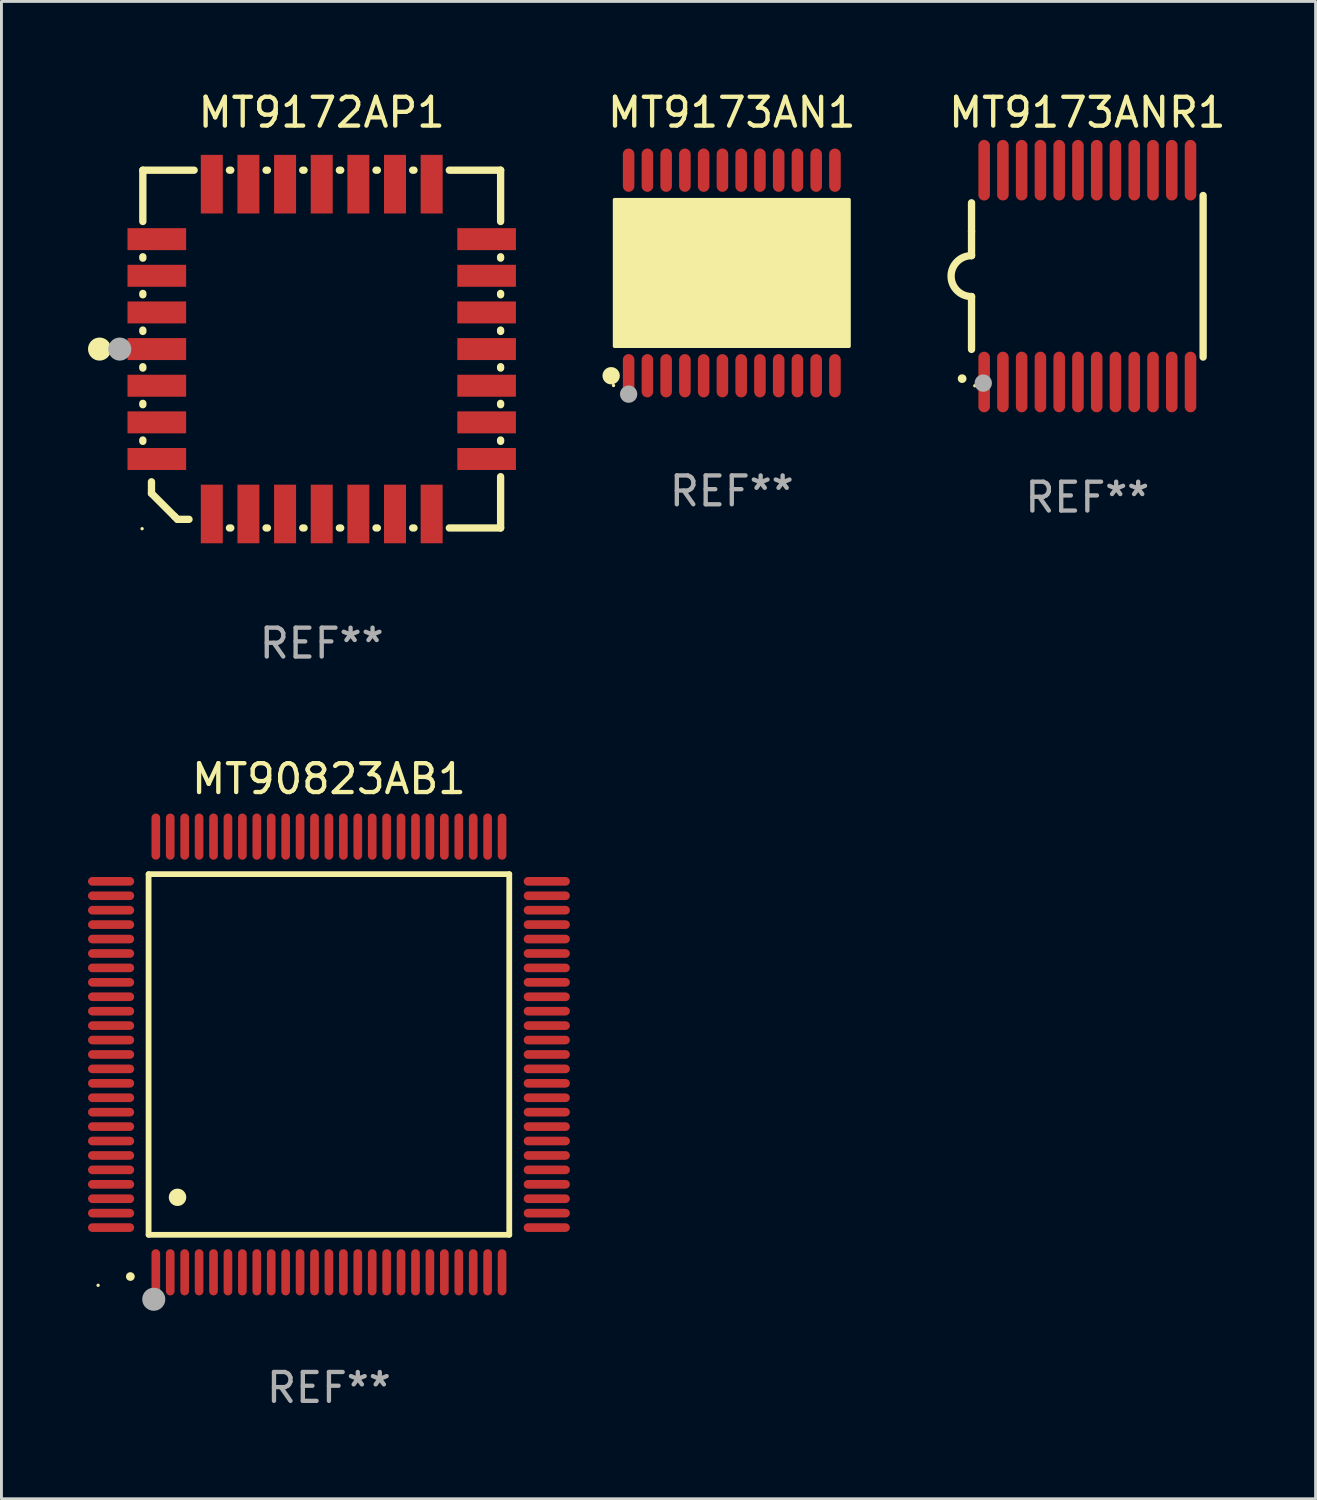
<source format=kicad_pcb>
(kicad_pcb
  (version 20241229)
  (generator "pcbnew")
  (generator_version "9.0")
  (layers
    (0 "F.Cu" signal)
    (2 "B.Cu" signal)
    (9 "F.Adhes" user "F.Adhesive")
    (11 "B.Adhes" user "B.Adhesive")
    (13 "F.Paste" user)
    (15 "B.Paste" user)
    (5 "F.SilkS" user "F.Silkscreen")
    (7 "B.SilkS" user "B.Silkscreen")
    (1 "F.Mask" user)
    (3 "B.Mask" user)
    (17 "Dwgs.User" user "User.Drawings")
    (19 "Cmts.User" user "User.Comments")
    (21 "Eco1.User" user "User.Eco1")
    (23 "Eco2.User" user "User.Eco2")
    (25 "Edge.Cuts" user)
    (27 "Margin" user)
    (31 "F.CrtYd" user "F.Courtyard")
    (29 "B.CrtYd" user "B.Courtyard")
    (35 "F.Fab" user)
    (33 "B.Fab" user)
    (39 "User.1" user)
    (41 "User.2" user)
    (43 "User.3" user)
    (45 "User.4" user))
  (footprint "MT9173AN1"
    (layer "F.Cu")
    (at 22.312 6.41)
    (property "Reference" "MT9173AN1" (at 0 -5.562 0) (layer "F.SilkS") (effects (font (size 1 1) (thickness 0.15))))
    (attr through_hole)
    (fp_circle (center -4.181 3.562) (end -4.031 3.562) (stroke (width 0.3) (type solid)) (fill no) (layer "F.SilkS"))
    (fp_circle (center -4.1 3.9) (end -4.07 3.9) (stroke (width 0.06) (type solid)) (fill no) (layer "F.SilkS"))
    (fp_circle (center -3.575 1.819) (end -3.425 1.819) (stroke (width 0.3) (type solid)) (fill no) (layer "F.SilkS"))
    (fp_poly (pts (xy -4.064 -2.54) (xy 4.064 -2.54) (xy 4.064 2.54) (xy -4.064 2.54)) (stroke (width 0.12) (type solid)) (fill yes) (layer "F.SilkS"))
    (fp_circle (center -3.575 4.2) (end -3.425 4.2) (stroke (width 0.3) (type solid)) (fill no) (layer "F.Fab"))
    (fp_text user "REF**" (at 0 7.562 0) (layer "F.Fab") (effects (font (size 1 1) (thickness 0.15))))
    (pad "1" smd oval (at -3.575 3.562) (size 0.4 1.5) (layers "F.Cu" "F.Mask" "F.Paste"))
    (pad "2" smd oval (at -2.925 3.562) (size 0.4 1.5) (layers "F.Cu" "F.Mask" "F.Paste"))
    (pad "3" smd oval (at -2.275 3.562) (size 0.4 1.5) (layers "F.Cu" "F.Mask" "F.Paste"))
    (pad "4" smd oval (at -1.625 3.562) (size 0.4 1.5) (layers "F.Cu" "F.Mask" "F.Paste"))
    (pad "5" smd oval (at -0.975 3.562) (size 0.4 1.5) (layers "F.Cu" "F.Mask" "F.Paste"))
    (pad "6" smd oval (at -0.325 3.562) (size 0.4 1.5) (layers "F.Cu" "F.Mask" "F.Paste"))
    (pad "7" smd oval (at 0.325 3.562) (size 0.4 1.5) (layers "F.Cu" "F.Mask" "F.Paste"))
    (pad "8" smd oval (at 0.975 3.562) (size 0.4 1.5) (layers "F.Cu" "F.Mask" "F.Paste"))
    (pad "9" smd oval (at 1.625 3.562) (size 0.4 1.5) (layers "F.Cu" "F.Mask" "F.Paste"))
    (pad "10" smd oval (at 2.275 3.562) (size 0.4 1.5) (layers "F.Cu" "F.Mask" "F.Paste"))
    (pad "11" smd oval (at 2.925 3.562) (size 0.4 1.5) (layers "F.Cu" "F.Mask" "F.Paste"))
    (pad "12" smd oval (at 3.575 3.562) (size 0.4 1.5) (layers "F.Cu" "F.Mask" "F.Paste"))
    (pad "13" smd oval (at 3.575 -3.562) (size 0.4 1.5) (layers "F.Cu" "F.Mask" "F.Paste"))
    (pad "14" smd oval (at 2.925 -3.562) (size 0.4 1.5) (layers "F.Cu" "F.Mask" "F.Paste"))
    (pad "15" smd oval (at 2.275 -3.562) (size 0.4 1.5) (layers "F.Cu" "F.Mask" "F.Paste"))
    (pad "16" smd oval (at 1.625 -3.562) (size 0.4 1.5) (layers "F.Cu" "F.Mask" "F.Paste"))
    (pad "17" smd oval (at 0.975 -3.562) (size 0.4 1.5) (layers "F.Cu" "F.Mask" "F.Paste"))
    (pad "18" smd oval (at 0.325 -3.562) (size 0.4 1.5) (layers "F.Cu" "F.Mask" "F.Paste"))
    (pad "19" smd oval (at -0.325 -3.562) (size 0.4 1.5) (layers "F.Cu" "F.Mask" "F.Paste"))
    (pad "20" smd oval (at -0.975 -3.562) (size 0.4 1.5) (layers "F.Cu" "F.Mask" "F.Paste"))
    (pad "21" smd oval (at -1.625 -3.562) (size 0.4 1.5) (layers "F.Cu" "F.Mask" "F.Paste"))
    (pad "22" smd oval (at -2.275 -3.562) (size 0.4 1.5) (layers "F.Cu" "F.Mask" "F.Paste"))
    (pad "23" smd oval (at -2.925 -3.562) (size 0.4 1.5) (layers "F.Cu" "F.Mask" "F.Paste"))
    (pad "24" smd oval (at -3.575 -3.562) (size 0.4 1.5) (layers "F.Cu" "F.Mask" "F.Paste")))
  (footprint "MT9172AP1"
    (layer "F.Cu")
    (at 8.1 9.048)
    (property "Reference" "MT9172AP1" (at 0 -8.2 0) (layer "F.SilkS") (effects (font (size 1 1) (thickness 0.15))))
    (attr through_hole)
    (fp_line (start -6.2 -6.2) (end -4.422 -6.2) (stroke (width 0.254) (type solid)) (layer "F.SilkS"))
    (fp_line (start -6.2 -4.422) (end -6.2 -6.2) (stroke (width 0.254) (type solid)) (layer "F.SilkS"))
    (fp_line (start -6.2 -3.152) (end -6.2 -3.198) (stroke (width 0.254) (type solid)) (layer "F.SilkS"))
    (fp_line (start -6.2 -1.882) (end -6.2 -1.928) (stroke (width 0.254) (type solid)) (layer "F.SilkS"))
    (fp_line (start -6.2 -0.612) (end -6.2 -0.658) (stroke (width 0.254) (type solid)) (layer "F.SilkS"))
    (fp_line (start -6.2 0.658) (end -6.2 0.612) (stroke (width 0.254) (type solid)) (layer "F.SilkS"))
    (fp_line (start -6.2 1.928) (end -6.2 1.882) (stroke (width 0.254) (type solid)) (layer "F.SilkS"))
    (fp_line (start -6.2 3.198) (end -6.2 3.152) (stroke (width 0.254) (type solid)) (layer "F.SilkS"))
    (fp_line (start -5.9 4.6) (end -5.9 5) (stroke (width 0.254) (type solid)) (layer "F.SilkS"))
    (fp_line (start -5.9 5) (end -5.1 5.8) (stroke (width 0.254) (type solid)) (layer "F.SilkS"))
    (fp_line (start -5.1 5.8) (end -5 5.9) (stroke (width 0.254) (type solid)) (layer "F.SilkS"))
    (fp_line (start -5 5.9) (end -4.6 5.9) (stroke (width 0.254) (type solid)) (layer "F.SilkS"))
    (fp_line (start -3.198 -6.2) (end -3.152 -6.2) (stroke (width 0.254) (type solid)) (layer "F.SilkS"))
    (fp_line (start -3.152 6.2) (end -3.198 6.2) (stroke (width 0.254) (type solid)) (layer "F.SilkS"))
    (fp_line (start -1.928 -6.2) (end -1.882 -6.2) (stroke (width 0.254) (type solid)) (layer "F.SilkS"))
    (fp_line (start -1.882 6.2) (end -1.928 6.2) (stroke (width 0.254) (type solid)) (layer "F.SilkS"))
    (fp_line (start -0.658 -6.2) (end -0.612 -6.2) (stroke (width 0.254) (type solid)) (layer "F.SilkS"))
    (fp_line (start -0.612 6.2) (end -0.658 6.2) (stroke (width 0.254) (type solid)) (layer "F.SilkS"))
    (fp_line (start 0.612 -6.2) (end 0.658 -6.2) (stroke (width 0.254) (type solid)) (layer "F.SilkS"))
    (fp_line (start 0.658 6.2) (end 0.612 6.2) (stroke (width 0.254) (type solid)) (layer "F.SilkS"))
    (fp_line (start 1.882 -6.2) (end 1.928 -6.2) (stroke (width 0.254) (type solid)) (layer "F.SilkS"))
    (fp_line (start 1.928 6.2) (end 1.882 6.2) (stroke (width 0.254) (type solid)) (layer "F.SilkS"))
    (fp_line (start 3.152 -6.2) (end 3.198 -6.2) (stroke (width 0.254) (type solid)) (layer "F.SilkS"))
    (fp_line (start 3.198 6.2) (end 3.152 6.2) (stroke (width 0.254) (type solid)) (layer "F.SilkS"))
    (fp_line (start 4.422 -6.2) (end 6.2 -6.2) (stroke (width 0.254) (type solid)) (layer "F.SilkS"))
    (fp_line (start 6.2 -6.2) (end 6.2 -4.422) (stroke (width 0.254) (type solid)) (layer "F.SilkS"))
    (fp_line (start 6.2 -3.198) (end 6.2 -3.152) (stroke (width 0.254) (type solid)) (layer "F.SilkS"))
    (fp_line (start 6.2 -1.928) (end 6.2 -1.882) (stroke (width 0.254) (type solid)) (layer "F.SilkS"))
    (fp_line (start 6.2 -0.658) (end 6.2 -0.612) (stroke (width 0.254) (type solid)) (layer "F.SilkS"))
    (fp_line (start 6.2 0.612) (end 6.2 0.658) (stroke (width 0.254) (type solid)) (layer "F.SilkS"))
    (fp_line (start 6.2 1.882) (end 6.2 1.928) (stroke (width 0.254) (type solid)) (layer "F.SilkS"))
    (fp_line (start 6.2 3.152) (end 6.2 3.198) (stroke (width 0.254) (type solid)) (layer "F.SilkS"))
    (fp_line (start 6.2 4.422) (end 6.2 6.2) (stroke (width 0.254) (type solid)) (layer "F.SilkS"))
    (fp_line (start 6.2 6.2) (end 4.422 6.2) (stroke (width 0.254) (type solid)) (layer "F.SilkS"))
    (fp_circle (center -7.7 0) (end -7.5 0) (stroke (width 0.4) (type solid)) (fill no) (layer "F.SilkS"))
    (fp_circle (center -6.225 6.225) (end -6.195 6.225) (stroke (width 0.06) (type solid)) (fill no) (layer "F.SilkS"))
    (fp_circle (center -7 0) (end -6.8 0) (stroke (width 0.4) (type solid)) (fill no) (layer "F.Fab"))
    (fp_text user "REF**" (at 0 10.2 0) (layer "F.Fab") (effects (font (size 1 1) (thickness 0.15))))
    (pad "1" smd rect (at -5.715 0) (size 2.032 0.762) (layers "F.Cu" "F.Mask" "F.Paste"))
    (pad "2" smd rect (at -5.715 1.27) (size 2.032 0.762) (layers "F.Cu" "F.Mask" "F.Paste"))
    (pad "3" smd rect (at -5.715 2.54) (size 2.032 0.762) (layers "F.Cu" "F.Mask" "F.Paste"))
    (pad "4" smd rect (at -5.715 3.81) (size 2.032 0.762) (layers "F.Cu" "F.Mask" "F.Paste"))
    (pad "5" smd rect (at -3.81 5.715) (size 0.762 2.032) (layers "F.Cu" "F.Mask" "F.Paste"))
    (pad "6" smd rect (at -2.54 5.715) (size 0.762 2.032) (layers "F.Cu" "F.Mask" "F.Paste"))
    (pad "7" smd rect (at -1.27 5.715) (size 0.762 2.032) (layers "F.Cu" "F.Mask" "F.Paste"))
    (pad "8" smd rect (at 0 5.715) (size 0.762 2.032) (layers "F.Cu" "F.Mask" "F.Paste"))
    (pad "9" smd rect (at 1.27 5.715) (size 0.762 2.032) (layers "F.Cu" "F.Mask" "F.Paste"))
    (pad "10" smd rect (at 2.54 5.715) (size 0.762 2.032) (layers "F.Cu" "F.Mask" "F.Paste"))
    (pad "11" smd rect (at 3.81 5.715) (size 0.762 2.032) (layers "F.Cu" "F.Mask" "F.Paste"))
    (pad "12" smd rect (at 5.715 3.81) (size 2.032 0.762) (layers "F.Cu" "F.Mask" "F.Paste"))
    (pad "13" smd rect (at 5.715 2.54) (size 2.032 0.762) (layers "F.Cu" "F.Mask" "F.Paste"))
    (pad "14" smd rect (at 5.715 1.27) (size 2.032 0.762) (layers "F.Cu" "F.Mask" "F.Paste"))
    (pad "15" smd rect (at 5.715 0) (size 2.032 0.762) (layers "F.Cu" "F.Mask" "F.Paste"))
    (pad "16" smd rect (at 5.715 -1.27) (size 2.032 0.762) (layers "F.Cu" "F.Mask" "F.Paste"))
    (pad "17" smd rect (at 5.715 -2.54) (size 2.032 0.762) (layers "F.Cu" "F.Mask" "F.Paste"))
    (pad "18" smd rect (at 5.715 -3.81) (size 2.032 0.762) (layers "F.Cu" "F.Mask" "F.Paste"))
    (pad "19" smd rect (at 3.81 -5.715) (size 0.762 2.032) (layers "F.Cu" "F.Mask" "F.Paste"))
    (pad "20" smd rect (at 2.54 -5.715) (size 0.762 2.032) (layers "F.Cu" "F.Mask" "F.Paste"))
    (pad "21" smd rect (at 1.27 -5.715) (size 0.762 2.032) (layers "F.Cu" "F.Mask" "F.Paste"))
    (pad "22" smd rect (at 0 -5.715) (size 0.762 2.032) (layers "F.Cu" "F.Mask" "F.Paste"))
    (pad "23" smd rect (at -1.27 -5.715) (size 0.762 2.032) (layers "F.Cu" "F.Mask" "F.Paste"))
    (pad "24" smd rect (at -2.54 -5.715) (size 0.762 2.032) (layers "F.Cu" "F.Mask" "F.Paste"))
    (pad "25" smd rect (at -3.81 -5.715) (size 0.762 2.032) (layers "F.Cu" "F.Mask" "F.Paste"))
    (pad "26" smd rect (at -5.715 -3.81) (size 2.032 0.762) (layers "F.Cu" "F.Mask" "F.Paste"))
    (pad "27" smd rect (at -5.715 -2.54) (size 2.032 0.762) (layers "F.Cu" "F.Mask" "F.Paste"))
    (pad "28" smd rect (at -5.715 -1.27) (size 2.032 0.762) (layers "F.Cu" "F.Mask" "F.Paste")))
  (footprint "MT90823AB1"
    (layer "F.Cu")
    (at 8.35 33.495)
    (property "Reference" "MT90823AB1" (at 0 -9.55 0) (layer "F.SilkS") (effects (font (size 1 1) (thickness 0.15))))
    (attr through_hole)
    (fp_line (start -6.25 -6.25) (end -6.25 6.25) (stroke (width 0.2) (type solid)) (layer "F.SilkS"))
    (fp_line (start -6.25 6.25) (end 6.25 6.25) (stroke (width 0.2) (type solid)) (layer "F.SilkS"))
    (fp_line (start 6.25 -6.25) (end -6.25 -6.25) (stroke (width 0.2) (type solid)) (layer "F.SilkS"))
    (fp_line (start 6.25 6.25) (end 6.25 -6.25) (stroke (width 0.2) (type solid)) (layer "F.SilkS"))
    (fp_arc (start -6.883414 7.696215) (mid -6.882144 7.69621) (end -6.880874 7.696215) (stroke (width 0.3) (type solid)) (layer "F.SilkS"))
    (fp_arc (start -5.250191 4.95047) (mid -5.247651 4.950459) (end -5.245111 4.95047) (stroke (width 0.6) (type solid)) (layer "F.SilkS"))
    (fp_circle (center -8 8) (end -7.97 8) (stroke (width 0.06) (type solid)) (fill no) (layer "F.SilkS"))
    (fp_circle (center -6.071 8.484) (end -5.871 8.484) (stroke (width 0.4) (type solid)) (fill no) (layer "F.Fab"))
    (fp_text user "REF**" (at 0 11.55 0) (layer "F.Fab") (effects (font (size 1 1) (thickness 0.15))))
    (pad "1" smd oval (at -6 7.55) (size 0.3 1.6) (layers "F.Cu" "F.Mask" "F.Paste"))
    (pad "2" smd oval (at -5.5 7.55) (size 0.3 1.6) (layers "F.Cu" "F.Mask" "F.Paste"))
    (pad "3" smd oval (at -5 7.55) (size 0.3 1.6) (layers "F.Cu" "F.Mask" "F.Paste"))
    (pad "4" smd oval (at -4.5 7.55) (size 0.3 1.6) (layers "F.Cu" "F.Mask" "F.Paste"))
    (pad "5" smd oval (at -4 7.55) (size 0.3 1.6) (layers "F.Cu" "F.Mask" "F.Paste"))
    (pad "6" smd oval (at -3.5 7.55) (size 0.3 1.6) (layers "F.Cu" "F.Mask" "F.Paste"))
    (pad "7" smd oval (at -3 7.55) (size 0.3 1.6) (layers "F.Cu" "F.Mask" "F.Paste"))
    (pad "8" smd oval (at -2.5 7.55) (size 0.3 1.6) (layers "F.Cu" "F.Mask" "F.Paste"))
    (pad "9" smd oval (at -2 7.55) (size 0.3 1.6) (layers "F.Cu" "F.Mask" "F.Paste"))
    (pad "10" smd oval (at -1.5 7.55) (size 0.3 1.6) (layers "F.Cu" "F.Mask" "F.Paste"))
    (pad "11" smd oval (at -1 7.55) (size 0.3 1.6) (layers "F.Cu" "F.Mask" "F.Paste"))
    (pad "12" smd oval (at -0.5 7.55) (size 0.3 1.6) (layers "F.Cu" "F.Mask" "F.Paste"))
    (pad "13" smd oval (at 0 7.55) (size 0.3 1.6) (layers "F.Cu" "F.Mask" "F.Paste"))
    (pad "14" smd oval (at 0.5 7.55) (size 0.3 1.6) (layers "F.Cu" "F.Mask" "F.Paste"))
    (pad "15" smd oval (at 1 7.55) (size 0.3 1.6) (layers "F.Cu" "F.Mask" "F.Paste"))
    (pad "16" smd oval (at 1.5 7.55) (size 0.3 1.6) (layers "F.Cu" "F.Mask" "F.Paste"))
    (pad "17" smd oval (at 2 7.55) (size 0.3 1.6) (layers "F.Cu" "F.Mask" "F.Paste"))
    (pad "18" smd oval (at 2.5 7.55) (size 0.3 1.6) (layers "F.Cu" "F.Mask" "F.Paste"))
    (pad "19" smd oval (at 3 7.55) (size 0.3 1.6) (layers "F.Cu" "F.Mask" "F.Paste"))
    (pad "20" smd oval (at 3.5 7.55) (size 0.3 1.6) (layers "F.Cu" "F.Mask" "F.Paste"))
    (pad "21" smd oval (at 4 7.55) (size 0.3 1.6) (layers "F.Cu" "F.Mask" "F.Paste"))
    (pad "22" smd oval (at 4.5 7.55) (size 0.3 1.6) (layers "F.Cu" "F.Mask" "F.Paste"))
    (pad "23" smd oval (at 5 7.55) (size 0.3 1.6) (layers "F.Cu" "F.Mask" "F.Paste"))
    (pad "24" smd oval (at 5.5 7.55) (size 0.3 1.6) (layers "F.Cu" "F.Mask" "F.Paste"))
    (pad "25" smd oval (at 6 7.55) (size 0.3 1.6) (layers "F.Cu" "F.Mask" "F.Paste"))
    (pad "26" smd oval (at 7.55 6) (size 1.6 0.3) (layers "F.Cu" "F.Mask" "F.Paste"))
    (pad "27" smd oval (at 7.55 5.5) (size 1.6 0.3) (layers "F.Cu" "F.Mask" "F.Paste"))
    (pad "28" smd oval (at 7.55 5) (size 1.6 0.3) (layers "F.Cu" "F.Mask" "F.Paste"))
    (pad "29" smd oval (at 7.55 4.5) (size 1.6 0.3) (layers "F.Cu" "F.Mask" "F.Paste"))
    (pad "30" smd oval (at 7.55 4) (size 1.6 0.3) (layers "F.Cu" "F.Mask" "F.Paste"))
    (pad "31" smd oval (at 7.55 3.5) (size 1.6 0.3) (layers "F.Cu" "F.Mask" "F.Paste"))
    (pad "32" smd oval (at 7.55 3) (size 1.6 0.3) (layers "F.Cu" "F.Mask" "F.Paste"))
    (pad "33" smd oval (at 7.55 2.5) (size 1.6 0.3) (layers "F.Cu" "F.Mask" "F.Paste"))
    (pad "34" smd oval (at 7.55 2) (size 1.6 0.3) (layers "F.Cu" "F.Mask" "F.Paste"))
    (pad "35" smd oval (at 7.55 1.5) (size 1.6 0.3) (layers "F.Cu" "F.Mask" "F.Paste"))
    (pad "36" smd oval (at 7.55 1) (size 1.6 0.3) (layers "F.Cu" "F.Mask" "F.Paste"))
    (pad "37" smd oval (at 7.55 0.5) (size 1.6 0.3) (layers "F.Cu" "F.Mask" "F.Paste"))
    (pad "38" smd oval (at 7.55 0) (size 1.6 0.3) (layers "F.Cu" "F.Mask" "F.Paste"))
    (pad "39" smd oval (at 7.55 -0.5) (size 1.6 0.3) (layers "F.Cu" "F.Mask" "F.Paste"))
    (pad "40" smd oval (at 7.55 -1) (size 1.6 0.3) (layers "F.Cu" "F.Mask" "F.Paste"))
    (pad "41" smd oval (at 7.55 -1.5) (size 1.6 0.3) (layers "F.Cu" "F.Mask" "F.Paste"))
    (pad "42" smd oval (at 7.55 -2) (size 1.6 0.3) (layers "F.Cu" "F.Mask" "F.Paste"))
    (pad "43" smd oval (at 7.55 -2.5) (size 1.6 0.3) (layers "F.Cu" "F.Mask" "F.Paste"))
    (pad "44" smd oval (at 7.55 -3) (size 1.6 0.3) (layers "F.Cu" "F.Mask" "F.Paste"))
    (pad "45" smd oval (at 7.55 -3.5) (size 1.6 0.3) (layers "F.Cu" "F.Mask" "F.Paste"))
    (pad "46" smd oval (at 7.55 -4) (size 1.6 0.3) (layers "F.Cu" "F.Mask" "F.Paste"))
    (pad "47" smd oval (at 7.55 -4.5) (size 1.6 0.3) (layers "F.Cu" "F.Mask" "F.Paste"))
    (pad "48" smd oval (at 7.55 -5) (size 1.6 0.3) (layers "F.Cu" "F.Mask" "F.Paste"))
    (pad "49" smd oval (at 7.55 -5.5) (size 1.6 0.3) (layers "F.Cu" "F.Mask" "F.Paste"))
    (pad "50" smd oval (at 7.55 -6) (size 1.6 0.3) (layers "F.Cu" "F.Mask" "F.Paste"))
    (pad "51" smd oval (at 6 -7.55) (size 0.3 1.6) (layers "F.Cu" "F.Mask" "F.Paste"))
    (pad "52" smd oval (at 5.5 -7.55) (size 0.3 1.6) (layers "F.Cu" "F.Mask" "F.Paste"))
    (pad "53" smd oval (at 5 -7.55) (size 0.3 1.6) (layers "F.Cu" "F.Mask" "F.Paste"))
    (pad "54" smd oval (at 4.5 -7.55) (size 0.3 1.6) (layers "F.Cu" "F.Mask" "F.Paste"))
    (pad "55" smd oval (at 4 -7.55) (size 0.3 1.6) (layers "F.Cu" "F.Mask" "F.Paste"))
    (pad "56" smd oval (at 3.5 -7.55) (size 0.3 1.6) (layers "F.Cu" "F.Mask" "F.Paste"))
    (pad "57" smd oval (at 3 -7.55) (size 0.3 1.6) (layers "F.Cu" "F.Mask" "F.Paste"))
    (pad "58" smd oval (at 2.5 -7.55) (size 0.3 1.6) (layers "F.Cu" "F.Mask" "F.Paste"))
    (pad "59" smd oval (at 2 -7.55) (size 0.3 1.6) (layers "F.Cu" "F.Mask" "F.Paste"))
    (pad "60" smd oval (at 1.5 -7.55) (size 0.3 1.6) (layers "F.Cu" "F.Mask" "F.Paste"))
    (pad "61" smd oval (at 1 -7.55) (size 0.3 1.6) (layers "F.Cu" "F.Mask" "F.Paste"))
    (pad "62" smd oval (at 0.5 -7.55) (size 0.3 1.6) (layers "F.Cu" "F.Mask" "F.Paste"))
    (pad "63" smd oval (at 0 -7.55) (size 0.3 1.6) (layers "F.Cu" "F.Mask" "F.Paste"))
    (pad "64" smd oval (at -0.5 -7.55) (size 0.3 1.6) (layers "F.Cu" "F.Mask" "F.Paste"))
    (pad "65" smd oval (at -1 -7.55) (size 0.3 1.6) (layers "F.Cu" "F.Mask" "F.Paste"))
    (pad "66" smd oval (at -1.5 -7.55) (size 0.3 1.6) (layers "F.Cu" "F.Mask" "F.Paste"))
    (pad "67" smd oval (at -2 -7.55) (size 0.3 1.6) (layers "F.Cu" "F.Mask" "F.Paste"))
    (pad "68" smd oval (at -2.5 -7.55) (size 0.3 1.6) (layers "F.Cu" "F.Mask" "F.Paste"))
    (pad "69" smd oval (at -3 -7.55) (size 0.3 1.6) (layers "F.Cu" "F.Mask" "F.Paste"))
    (pad "70" smd oval (at -3.5 -7.55) (size 0.3 1.6) (layers "F.Cu" "F.Mask" "F.Paste"))
    (pad "71" smd oval (at -4 -7.55) (size 0.3 1.6) (layers "F.Cu" "F.Mask" "F.Paste"))
    (pad "72" smd oval (at -4.5 -7.55) (size 0.3 1.6) (layers "F.Cu" "F.Mask" "F.Paste"))
    (pad "73" smd oval (at -5 -7.55) (size 0.3 1.6) (layers "F.Cu" "F.Mask" "F.Paste"))
    (pad "74" smd oval (at -5.5 -7.55) (size 0.3 1.6) (layers "F.Cu" "F.Mask" "F.Paste"))
    (pad "75" smd oval (at -6 -7.55) (size 0.3 1.6) (layers "F.Cu" "F.Mask" "F.Paste"))
    (pad "76" smd oval (at -7.55 -6) (size 1.6 0.3) (layers "F.Cu" "F.Mask" "F.Paste"))
    (pad "77" smd oval (at -7.55 -5.5) (size 1.6 0.3) (layers "F.Cu" "F.Mask" "F.Paste"))
    (pad "78" smd oval (at -7.55 -5) (size 1.6 0.3) (layers "F.Cu" "F.Mask" "F.Paste"))
    (pad "79" smd oval (at -7.55 -4.5) (size 1.6 0.3) (layers "F.Cu" "F.Mask" "F.Paste"))
    (pad "80" smd oval (at -7.55 -4) (size 1.6 0.3) (layers "F.Cu" "F.Mask" "F.Paste"))
    (pad "81" smd oval (at -7.55 -3.5) (size 1.6 0.3) (layers "F.Cu" "F.Mask" "F.Paste"))
    (pad "82" smd oval (at -7.55 -3) (size 1.6 0.3) (layers "F.Cu" "F.Mask" "F.Paste"))
    (pad "83" smd oval (at -7.55 -2.5) (size 1.6 0.3) (layers "F.Cu" "F.Mask" "F.Paste"))
    (pad "84" smd oval (at -7.55 -2) (size 1.6 0.3) (layers "F.Cu" "F.Mask" "F.Paste"))
    (pad "85" smd oval (at -7.55 -1.5) (size 1.6 0.3) (layers "F.Cu" "F.Mask" "F.Paste"))
    (pad "86" smd oval (at -7.55 -1) (size 1.6 0.3) (layers "F.Cu" "F.Mask" "F.Paste"))
    (pad "87" smd oval (at -7.55 -0.5) (size 1.6 0.3) (layers "F.Cu" "F.Mask" "F.Paste"))
    (pad "88" smd oval (at -7.55 0) (size 1.6 0.3) (layers "F.Cu" "F.Mask" "F.Paste"))
    (pad "89" smd oval (at -7.55 0.5) (size 1.6 0.3) (layers "F.Cu" "F.Mask" "F.Paste"))
    (pad "90" smd oval (at -7.55 1) (size 1.6 0.3) (layers "F.Cu" "F.Mask" "F.Paste"))
    (pad "91" smd oval (at -7.55 1.5) (size 1.6 0.3) (layers "F.Cu" "F.Mask" "F.Paste"))
    (pad "92" smd oval (at -7.55 2) (size 1.6 0.3) (layers "F.Cu" "F.Mask" "F.Paste"))
    (pad "93" smd oval (at -7.55 2.5) (size 1.6 0.3) (layers "F.Cu" "F.Mask" "F.Paste"))
    (pad "94" smd oval (at -7.55 3) (size 1.6 0.3) (layers "F.Cu" "F.Mask" "F.Paste"))
    (pad "95" smd oval (at -7.55 3.5) (size 1.6 0.3) (layers "F.Cu" "F.Mask" "F.Paste"))
    (pad "96" smd oval (at -7.55 4) (size 1.6 0.3) (layers "F.Cu" "F.Mask" "F.Paste"))
    (pad "97" smd oval (at -7.55 4.5) (size 1.6 0.3) (layers "F.Cu" "F.Mask" "F.Paste"))
    (pad "98" smd oval (at -7.55 5) (size 1.6 0.3) (layers "F.Cu" "F.Mask" "F.Paste"))
    (pad "99" smd oval (at -7.55 5.5) (size 1.6 0.3) (layers "F.Cu" "F.Mask" "F.Paste"))
    (pad "100" smd oval (at -7.55 6) (size 1.6 0.3) (layers "F.Cu" "F.Mask" "F.Paste")))
  (footprint "MT9173ANR1"
    (layer "F.Cu")
    (at 34.634 6.519)
    (property "Reference" "MT9173ANR1" (at 0 -5.67 0) (layer "F.SilkS") (effects (font (size 1 1) (thickness 0.15))))
    (attr through_hole)
    (fp_line (start -4.013 2.54) (end -4.013 0.709) (stroke (width 0.254) (type solid)) (layer "F.SilkS"))
    (fp_line (start -4.013 -2.54) (end -4.013 -1.543) (stroke (width 0.254) (type solid)) (layer "F.SilkS"))
    (fp_line (start -4.013 -1.543) (end -4.013 -0.709) (stroke (width 0.254) (type solid)) (layer "F.SilkS"))
    (fp_line (start 4.013 -2.794) (end 4.013 2.806) (stroke (width 0.254) (type solid)) (layer "F.SilkS"))
    (fp_arc (start -4.340831 3.553467) (mid -4.339561 3.553462) (end -4.338291 3.553467) (stroke (width 0.3) (type solid)) (layer "F.SilkS"))
    (fp_arc (start -4.013246 0.708738) (mid -4.720969 -0.000634) (end -4.012155 -0.708915) (stroke (width 0.254001) (type solid)) (layer "F.SilkS"))
    (fp_circle (center -3.9 3.8) (end -3.87 3.8) (stroke (width 0.06) (type solid)) (fill no) (layer "F.SilkS"))
    (fp_circle (center -3.607 3.708) (end -3.457 3.708) (stroke (width 0.3) (type solid)) (fill no) (layer "F.Fab"))
    (fp_text user "REF**" (at 0 7.67 0) (layer "F.Fab") (effects (font (size 1 1) (thickness 0.15))))
    (pad "1" smd oval (at -3.576 3.67 180) (size 0.4 2.1) (layers "F.Cu" "F.Mask" "F.Paste"))
    (pad "2" smd oval (at -2.926 3.67 180) (size 0.4 2.1) (layers "F.Cu" "F.Mask" "F.Paste"))
    (pad "3" smd oval (at -2.276 3.67 180) (size 0.4 2.1) (layers "F.Cu" "F.Mask" "F.Paste"))
    (pad "4" smd oval (at -1.626 3.67 180) (size 0.4 2.1) (layers "F.Cu" "F.Mask" "F.Paste"))
    (pad "5" smd oval (at -0.975 3.67 180) (size 0.4 2.1) (layers "F.Cu" "F.Mask" "F.Paste"))
    (pad "6" smd oval (at -0.325 3.67 180) (size 0.4 2.1) (layers "F.Cu" "F.Mask" "F.Paste"))
    (pad "7" smd oval (at 0.325 3.67 180) (size 0.4 2.1) (layers "F.Cu" "F.Mask" "F.Paste"))
    (pad "8" smd oval (at 0.975 3.67 180) (size 0.4 2.1) (layers "F.Cu" "F.Mask" "F.Paste"))
    (pad "9" smd oval (at 1.626 3.67 180) (size 0.4 2.1) (layers "F.Cu" "F.Mask" "F.Paste"))
    (pad "10" smd oval (at 2.276 3.67 180) (size 0.4 2.1) (layers "F.Cu" "F.Mask" "F.Paste"))
    (pad "11" smd oval (at 2.926 3.67 180) (size 0.4 2.1) (layers "F.Cu" "F.Mask" "F.Paste"))
    (pad "12" smd oval (at 3.576 3.67 180) (size 0.4 2.1) (layers "F.Cu" "F.Mask" "F.Paste"))
    (pad "13" smd oval (at 3.576 -3.67 180) (size 0.4 2.1) (layers "F.Cu" "F.Mask" "F.Paste"))
    (pad "14" smd oval (at 2.926 -3.67 180) (size 0.4 2.1) (layers "F.Cu" "F.Mask" "F.Paste"))
    (pad "15" smd oval (at 2.276 -3.67 180) (size 0.4 2.1) (layers "F.Cu" "F.Mask" "F.Paste"))
    (pad "16" smd oval (at 1.626 -3.67 180) (size 0.4 2.1) (layers "F.Cu" "F.Mask" "F.Paste"))
    (pad "17" smd oval (at 0.975 -3.67 180) (size 0.4 2.1) (layers "F.Cu" "F.Mask" "F.Paste"))
    (pad "18" smd oval (at 0.325 -3.67 180) (size 0.4 2.1) (layers "F.Cu" "F.Mask" "F.Paste"))
    (pad "19" smd oval (at -0.325 -3.67 180) (size 0.4 2.1) (layers "F.Cu" "F.Mask" "F.Paste"))
    (pad "20" smd oval (at -0.975 -3.67 180) (size 0.4 2.1) (layers "F.Cu" "F.Mask" "F.Paste"))
    (pad "21" smd oval (at -1.626 -3.67 180) (size 0.4 2.1) (layers "F.Cu" "F.Mask" "F.Paste"))
    (pad "22" smd oval (at -2.276 -3.67 180) (size 0.4 2.1) (layers "F.Cu" "F.Mask" "F.Paste"))
    (pad "23" smd oval (at -2.926 -3.67 180) (size 0.4 2.1) (layers "F.Cu" "F.Mask" "F.Paste"))
    (pad "24" smd oval (at -3.576 -3.67 180) (size 0.4 2.1) (layers "F.Cu" "F.Mask" "F.Paste")))
  (gr_rect
    (start -3 -3)
    (end 42.545 48.893)
    (stroke (width 0.1) (type default))
    (fill no)
    (layer "Edge.Cuts")))
</source>
